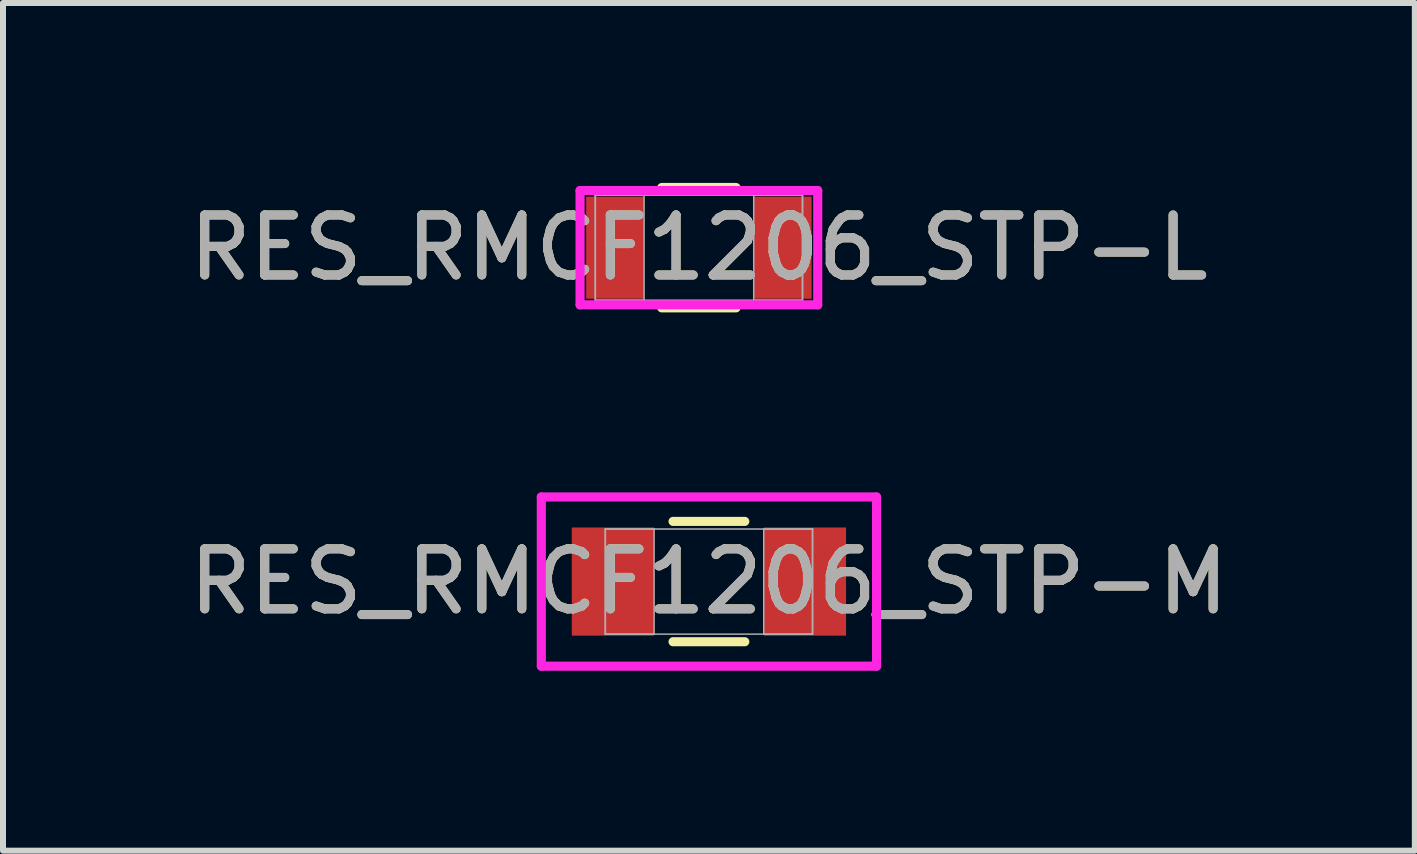
<source format=kicad_pcb>
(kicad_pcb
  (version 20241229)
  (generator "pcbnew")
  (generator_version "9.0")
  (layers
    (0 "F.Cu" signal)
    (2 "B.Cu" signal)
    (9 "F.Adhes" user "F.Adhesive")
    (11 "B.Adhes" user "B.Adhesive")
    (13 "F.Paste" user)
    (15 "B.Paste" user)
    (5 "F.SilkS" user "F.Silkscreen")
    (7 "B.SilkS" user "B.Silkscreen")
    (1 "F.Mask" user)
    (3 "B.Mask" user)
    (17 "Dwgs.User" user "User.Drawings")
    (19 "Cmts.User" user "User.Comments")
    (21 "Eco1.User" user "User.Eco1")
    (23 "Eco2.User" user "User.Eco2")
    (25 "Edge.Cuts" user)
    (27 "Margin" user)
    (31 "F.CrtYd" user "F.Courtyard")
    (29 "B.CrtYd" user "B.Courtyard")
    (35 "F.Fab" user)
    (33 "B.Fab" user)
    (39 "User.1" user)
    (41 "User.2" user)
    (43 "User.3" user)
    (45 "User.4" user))
  (footprint "RES_RMCF1206_STP-M"
    (layer "F.Cu")
    (at 8.768 6.645)
    (property "Reference" "RES_RMCF1206_STP-M" (at 0 0 0) (unlocked yes) (layer "F.SilkS") (effects (font (size 1 1) (thickness 0.15))))
    (attr smd)
    (fp_line (start -0.598 1.003) (end 0.598 1.003) (stroke (width 0.152) (type solid)) (layer "F.SilkS"))
    (fp_line (start 0.598 -1.003) (end -0.598 -1.003) (stroke (width 0.152) (type solid)) (layer "F.SilkS"))
    (fp_line (start -2.794 -1.41) (end 2.794 -1.41) (stroke (width 0.152) (type solid)) (layer "F.CrtYd"))
    (fp_line (start -2.794 1.41) (end -2.794 -1.41) (stroke (width 0.152) (type solid)) (layer "F.CrtYd"))
    (fp_line (start 2.794 -1.41) (end 2.794 1.41) (stroke (width 0.152) (type solid)) (layer "F.CrtYd"))
    (fp_line (start 2.794 1.41) (end -2.794 1.41) (stroke (width 0.152) (type solid)) (layer "F.CrtYd"))
    (fp_line (start -1.727 -0.876) (end -1.727 0.876) (stroke (width 0.025) (type solid)) (layer "F.Fab"))
    (fp_line (start -1.727 -0.876) (end -1.727 0.876) (stroke (width 0.025) (type solid)) (layer "F.Fab"))
    (fp_line (start -1.727 0.876) (end -0.914 0.876) (stroke (width 0.025) (type solid)) (layer "F.Fab"))
    (fp_line (start -1.727 0.876) (end 1.727 0.876) (stroke (width 0.025) (type solid)) (layer "F.Fab"))
    (fp_line (start -0.914 -0.876) (end -1.727 -0.876) (stroke (width 0.025) (type solid)) (layer "F.Fab"))
    (fp_line (start -0.914 0.876) (end -0.914 -0.876) (stroke (width 0.025) (type solid)) (layer "F.Fab"))
    (fp_line (start 0.914 -0.876) (end 0.914 0.876) (stroke (width 0.025) (type solid)) (layer "F.Fab"))
    (fp_line (start 0.914 0.876) (end 1.727 0.876) (stroke (width 0.025) (type solid)) (layer "F.Fab"))
    (fp_line (start 1.727 -0.876) (end -1.727 -0.876) (stroke (width 0.025) (type solid)) (layer "F.Fab"))
    (fp_line (start 1.727 -0.876) (end 0.914 -0.876) (stroke (width 0.025) (type solid)) (layer "F.Fab"))
    (fp_line (start 1.727 0.876) (end 1.727 -0.876) (stroke (width 0.025) (type solid)) (layer "F.Fab"))
    (fp_line (start 1.727 0.876) (end 1.727 -0.876) (stroke (width 0.025) (type solid)) (layer "F.Fab"))
    (fp_text user "${REFERENCE}" (at 0 0 0) (unlocked yes) (layer "F.Fab") (effects (font (size 1 1) (thickness 0.15))))
    (pad "1" smd rect (at -1.6 0) (size 1.372 1.803) (layers "F.Cu" "F.Mask" "F.Paste"))
    (pad "2" smd rect (at 1.6 0) (size 1.372 1.803) (layers "F.Cu" "F.Mask" "F.Paste"))
    (zone (net_name "") (layer "F.Cu") (hatch full 0.508) (connect_pads) (min_thickness 0.254) (filled_areas_thickness no) (keepout (tracks not_allowed) (vias not_allowed) (pads allowed) (copperpour not_allowed) (footprints allowed)) (placement (enabled no)) (fill) (polygon (pts (xy 7.904 5.819) (xy 9.631 5.819) (xy 9.631 7.47) (xy 7.904 7.47)))))
  (footprint "RES_RMCF1206_STP-L"
    (layer "F.Cu")
    (at 8.601 1.079)
    (property "Reference" "RES_RMCF1206_STP-L" (at 0 0 0) (unlocked yes) (layer "F.SilkS") (effects (font (size 1 1) (thickness 0.15))))
    (attr smd)
    (fp_line (start -0.619 1.003) (end 0.619 1.003) (stroke (width 0.152) (type solid)) (layer "F.SilkS"))
    (fp_line (start 0.619 -1.003) (end -0.619 -1.003) (stroke (width 0.152) (type solid)) (layer "F.SilkS"))
    (fp_line (start -1.981 -0.953) (end 1.981 -0.953) (stroke (width 0.152) (type solid)) (layer "F.CrtYd"))
    (fp_line (start -1.981 0.953) (end -1.981 -0.953) (stroke (width 0.152) (type solid)) (layer "F.CrtYd"))
    (fp_line (start 1.981 -0.953) (end 1.981 0.953) (stroke (width 0.152) (type solid)) (layer "F.CrtYd"))
    (fp_line (start 1.981 0.953) (end -1.981 0.953) (stroke (width 0.152) (type solid)) (layer "F.CrtYd"))
    (fp_line (start -1.727 -0.876) (end -1.727 0.876) (stroke (width 0.025) (type solid)) (layer "F.Fab"))
    (fp_line (start -1.727 -0.876) (end -1.727 0.876) (stroke (width 0.025) (type solid)) (layer "F.Fab"))
    (fp_line (start -1.727 0.876) (end -0.914 0.876) (stroke (width 0.025) (type solid)) (layer "F.Fab"))
    (fp_line (start -1.727 0.876) (end 1.727 0.876) (stroke (width 0.025) (type solid)) (layer "F.Fab"))
    (fp_line (start -0.914 -0.876) (end -1.727 -0.876) (stroke (width 0.025) (type solid)) (layer "F.Fab"))
    (fp_line (start -0.914 0.876) (end -0.914 -0.876) (stroke (width 0.025) (type solid)) (layer "F.Fab"))
    (fp_line (start 0.914 -0.876) (end 0.914 0.876) (stroke (width 0.025) (type solid)) (layer "F.Fab"))
    (fp_line (start 0.914 0.876) (end 1.727 0.876) (stroke (width 0.025) (type solid)) (layer "F.Fab"))
    (fp_line (start 1.727 -0.876) (end -1.727 -0.876) (stroke (width 0.025) (type solid)) (layer "F.Fab"))
    (fp_line (start 1.727 -0.876) (end 0.914 -0.876) (stroke (width 0.025) (type solid)) (layer "F.Fab"))
    (fp_line (start 1.727 0.876) (end 1.727 -0.876) (stroke (width 0.025) (type solid)) (layer "F.Fab"))
    (fp_line (start 1.727 0.876) (end 1.727 -0.876) (stroke (width 0.025) (type solid)) (layer "F.Fab"))
    (fp_text user "${REFERENCE}" (at 0 0 0) (unlocked yes) (layer "F.Fab") (effects (font (size 1 1) (thickness 0.15))))
    (pad "1" smd rect (at -1.397 0) (size 0.965 1.702) (layers "F.Cu" "F.Mask" "F.Paste"))
    (pad "2" smd rect (at 1.397 0) (size 0.965 1.702) (layers "F.Cu" "F.Mask" "F.Paste"))
    (zone (net_name "") (layer "F.Cu") (hatch full 0.508) (connect_pads) (min_thickness 0.254) (filled_areas_thickness no) (keepout (tracks not_allowed) (vias not_allowed) (pads allowed) (copperpour not_allowed) (footprints allowed)) (placement (enabled no)) (fill) (polygon (pts (xy 7.738 0.254) (xy 9.465 0.254) (xy 9.465 1.905) (xy 7.738 1.905)))))
  (gr_rect
    (start -3 -3)
    (end 20.536 11.131)
    (stroke (width 0.1) (type default))
    (fill no)
    (layer "Edge.Cuts")))
</source>
